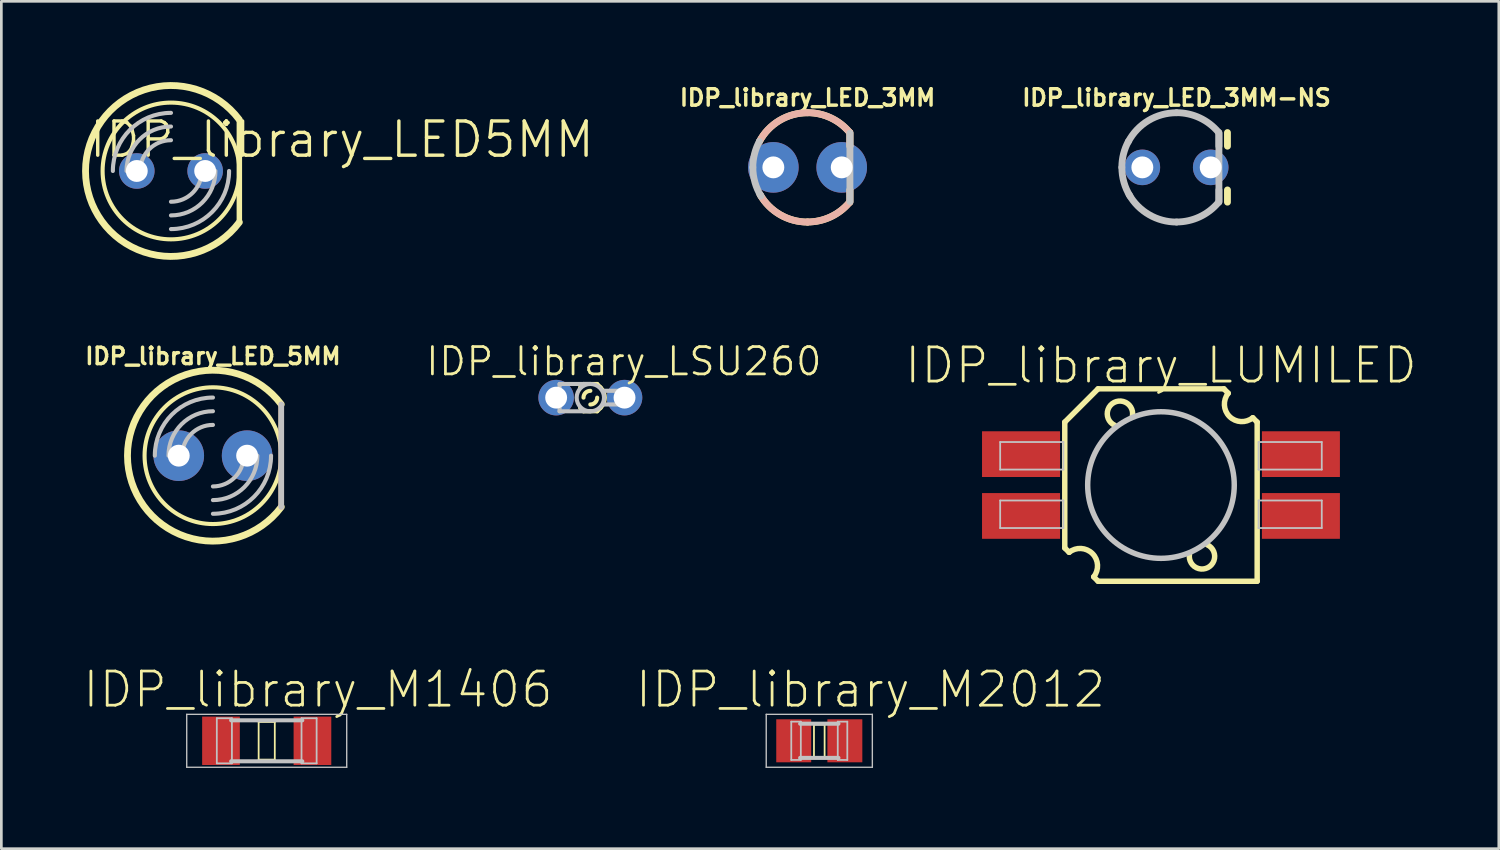
<source format=kicad_pcb>
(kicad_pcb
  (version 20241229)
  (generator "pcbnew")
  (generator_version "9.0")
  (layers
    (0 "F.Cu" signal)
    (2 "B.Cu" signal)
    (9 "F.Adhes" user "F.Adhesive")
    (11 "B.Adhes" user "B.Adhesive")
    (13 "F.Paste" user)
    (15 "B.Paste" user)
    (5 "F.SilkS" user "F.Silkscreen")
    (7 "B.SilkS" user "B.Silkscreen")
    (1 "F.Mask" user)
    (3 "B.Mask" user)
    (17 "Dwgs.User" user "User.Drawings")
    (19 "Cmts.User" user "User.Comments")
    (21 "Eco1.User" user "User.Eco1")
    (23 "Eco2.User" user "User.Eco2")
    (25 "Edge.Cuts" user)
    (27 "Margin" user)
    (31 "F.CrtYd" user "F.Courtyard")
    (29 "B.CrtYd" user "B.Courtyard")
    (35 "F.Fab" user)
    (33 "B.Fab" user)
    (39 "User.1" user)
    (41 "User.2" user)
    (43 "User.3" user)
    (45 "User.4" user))
  (footprint "IDP_library_LED_3MM-NS"
    (layer "F.Cu")
    (at 40.66 3.168)
    (property "Reference" "IDP_library_LED_3MM-NS" (at 0 -2.588 0) (layer "F.SilkS") (effects (font (size 0.61 0.61) (thickness 0.127))))
    (attr exclude_from_pos_files exclude_from_bom)
    (fp_line (start 1.892 -1.293) (end 1.892 -0.787) (stroke (width 0.254) (type solid)) (layer "F.SilkS"))
    (fp_line (start 1.892 1.293) (end 1.892 0.838) (stroke (width 0.254) (type solid)) (layer "F.SilkS"))
    (fp_line (start 1.575 -1.293) (end 1.575 -0.787) (stroke (width 0.254) (type solid)) (layer "Dwgs.User"))
    (fp_line (start 1.575 1.27) (end 1.575 -1.27) (stroke (width 0.254) (type solid)) (layer "Dwgs.User"))
    (fp_line (start 1.575 1.293) (end 1.575 0.838) (stroke (width 0.254) (type solid)) (layer "Dwgs.User"))
    (fp_arc (start -2.032 0) (mid -1.970347 -0.496745) (end -1.78913 -0.963347) (stroke (width 0.254) (type solid)) (layer "Dwgs.User"))
    (fp_arc (start -1.7907 -0.95504) (mid -1.044567 -1.739997) (end -0.000975 -2.02946) (stroke (width 0.254) (type solid)) (layer "Dwgs.User"))
    (fp_arc (start -1.72974 1.06426) (mid -1.954164 0.553076) (end -2.030923 0.0001) (stroke (width 0.254) (type solid)) (layer "Dwgs.User"))
    (fp_arc (start 0 -2.032) (mid 0.860367 -1.840867) (end 1.55888 -1.303426) (stroke (width 0.254) (type solid)) (layer "Dwgs.User"))
    (fp_arc (start 0 2.032) (mid -1.01907 1.757988) (end -1.763299 1.009851) (stroke (width 0.254) (type solid)) (layer "Dwgs.User"))
    (fp_arc (start 1.5494 1.31064) (mid 0.855154 1.840416) (end 0.002552 2.029387) (stroke (width 0.254) (type solid)) (layer "Dwgs.User"))
    (pad "A" thru_hole circle (at -1.27 0) (size 1.321 1.321) (drill 0.813) (layers "*.Cu" "*.Paste" "*.Mask"))
    (pad "K" thru_hole circle (at 1.27 0) (size 1.321 1.321) (drill 0.813) (layers "*.Cu" "*.Paste" "*.Mask")))
  (footprint "IDP_library_M1406"
    (layer "F.Cu")
    (at 6.859 24.472)
    (property "Reference" "IDP_library_M1406" (at 1.905 -1.905 0) (layer "F.SilkS") (effects (font (size 1.27 1.27) (thickness 0.102))))
    (attr smd)
    (fp_line (start -0.3 -0.699) (end 0.3 -0.699) (stroke (width 0.066) (type solid)) (layer "F.SilkS"))
    (fp_line (start -0.3 0.699) (end -0.3 -0.699) (stroke (width 0.066) (type solid)) (layer "F.SilkS"))
    (fp_line (start -0.3 0.699) (end 0.3 0.699) (stroke (width 0.066) (type solid)) (layer "F.SilkS"))
    (fp_line (start 0.3 0.699) (end 0.3 -0.699) (stroke (width 0.066) (type solid)) (layer "F.SilkS"))
    (fp_line (start -2.972 -0.983) (end 2.972 -0.983) (stroke (width 0.051) (type solid)) (layer "Dwgs.User"))
    (fp_line (start -2.972 0.983) (end -2.972 -0.983) (stroke (width 0.051) (type solid)) (layer "Dwgs.User"))
    (fp_line (start -1.854 -0.838) (end -1.293 -0.838) (stroke (width 0.066) (type solid)) (layer "Dwgs.User"))
    (fp_line (start -1.854 0.838) (end -1.854 -0.838) (stroke (width 0.066) (type solid)) (layer "Dwgs.User"))
    (fp_line (start -1.854 0.838) (end -1.293 0.838) (stroke (width 0.066) (type solid)) (layer "Dwgs.User"))
    (fp_line (start -1.293 0.838) (end -1.293 -0.838) (stroke (width 0.066) (type solid)) (layer "Dwgs.User"))
    (fp_line (start 1.293 -0.838) (end 1.854 -0.838) (stroke (width 0.066) (type solid)) (layer "Dwgs.User"))
    (fp_line (start 1.293 0.838) (end 1.293 -0.838) (stroke (width 0.066) (type solid)) (layer "Dwgs.User"))
    (fp_line (start 1.293 0.838) (end 1.854 0.838) (stroke (width 0.066) (type solid)) (layer "Dwgs.User"))
    (fp_line (start 1.321 -0.762) (end -1.321 -0.762) (stroke (width 0.152) (type solid)) (layer "Dwgs.User"))
    (fp_line (start 1.321 0.762) (end -1.321 0.762) (stroke (width 0.152) (type solid)) (layer "Dwgs.User"))
    (fp_line (start 1.854 0.838) (end 1.854 -0.838) (stroke (width 0.066) (type solid)) (layer "Dwgs.User"))
    (fp_line (start 2.972 -0.983) (end 2.972 0.983) (stroke (width 0.051) (type solid)) (layer "Dwgs.User"))
    (fp_line (start 2.972 0.983) (end -2.972 0.983) (stroke (width 0.051) (type solid)) (layer "Dwgs.User"))
    (pad "1" smd rect (at -1.699 0) (size 1.4 1.798) (layers "F.Cu" "F.Mask" "F.Paste"))
    (pad "2" smd rect (at 1.699 0) (size 1.4 1.798) (layers "F.Cu" "F.Mask" "F.Paste")))
  (footprint "IDP_library_M2012"
    (layer "F.Cu")
    (at 27.388 24.472)
    (property "Reference" "IDP_library_M2012" (at 1.905 -1.905 0) (layer "F.SilkS") (effects (font (size 1.27 1.27) (thickness 0.102))))
    (attr smd)
    (fp_line (start -0.198 -0.599) (end 0.198 -0.599) (stroke (width 0.066) (type solid)) (layer "F.SilkS"))
    (fp_line (start -0.198 0.599) (end -0.198 -0.599) (stroke (width 0.066) (type solid)) (layer "F.SilkS"))
    (fp_line (start -0.198 0.599) (end 0.198 0.599) (stroke (width 0.066) (type solid)) (layer "F.SilkS"))
    (fp_line (start 0.198 0.599) (end 0.198 -0.599) (stroke (width 0.066) (type solid)) (layer "F.SilkS"))
    (fp_line (start -1.971 -0.983) (end 1.971 -0.983) (stroke (width 0.051) (type solid)) (layer "Dwgs.User"))
    (fp_line (start -1.971 0.983) (end -1.971 -0.983) (stroke (width 0.051) (type solid)) (layer "Dwgs.User"))
    (fp_line (start -1.041 -0.711) (end -0.686 -0.711) (stroke (width 0.066) (type solid)) (layer "Dwgs.User"))
    (fp_line (start -1.041 0.711) (end -1.041 -0.711) (stroke (width 0.066) (type solid)) (layer "Dwgs.User"))
    (fp_line (start -1.041 0.711) (end -0.686 0.711) (stroke (width 0.066) (type solid)) (layer "Dwgs.User"))
    (fp_line (start -0.686 0.711) (end -0.686 -0.711) (stroke (width 0.066) (type solid)) (layer "Dwgs.User"))
    (fp_line (start 0.686 -0.711) (end 1.041 -0.711) (stroke (width 0.066) (type solid)) (layer "Dwgs.User"))
    (fp_line (start 0.686 0.711) (end 0.686 -0.711) (stroke (width 0.066) (type solid)) (layer "Dwgs.User"))
    (fp_line (start 0.686 0.711) (end 1.041 0.711) (stroke (width 0.066) (type solid)) (layer "Dwgs.User"))
    (fp_line (start 0.711 -0.635) (end -0.711 -0.635) (stroke (width 0.152) (type solid)) (layer "Dwgs.User"))
    (fp_line (start 0.711 0.635) (end -0.711 0.635) (stroke (width 0.152) (type solid)) (layer "Dwgs.User"))
    (fp_line (start 1.041 0.711) (end 1.041 -0.711) (stroke (width 0.066) (type solid)) (layer "Dwgs.User"))
    (fp_line (start 1.971 -0.983) (end 1.971 0.983) (stroke (width 0.051) (type solid)) (layer "Dwgs.User"))
    (fp_line (start 1.971 0.983) (end -1.971 0.983) (stroke (width 0.051) (type solid)) (layer "Dwgs.User"))
    (pad "1" smd rect (at -0.95 0) (size 1.298 1.598) (layers "F.Cu" "F.Mask" "F.Paste"))
    (pad "2" smd rect (at 0.95 0) (size 1.298 1.598) (layers "F.Cu" "F.Mask" "F.Paste")))
  (footprint "IDP_library_LUMILED"
    (layer "F.Cu")
    (at 40.082 14.97)
    (property "Reference" "IDP_library_LUMILED" (at 0 -4.445 0) (layer "F.SilkS") (effects (font (size 1.27 1.27) (thickness 0.102))))
    (attr smd)
    (fp_poly (pts (xy 2.337 -1.349) (xy 0 -2.697) (xy -2.337 -1.349) (xy -2.337 1.349) (xy 0 2.697) (xy 2.337 1.349) (xy 2.337 -1.349)) (stroke (width 0.406) (type solid)) (fill yes) (layer "F.Mask"))
    (fp_line (start -3.574 -2.337) (end -2.337 -3.574) (stroke (width 0.203) (type solid)) (layer "F.SilkS"))
    (fp_line (start -3.574 2.337) (end -3.574 -2.337) (stroke (width 0.203) (type solid)) (layer "F.SilkS"))
    (fp_line (start -3.411 2.499) (end -3.574 2.337) (stroke (width 0.203) (type solid)) (layer "F.SilkS"))
    (fp_line (start -2.337 -3.574) (end 2.337 -3.574) (stroke (width 0.203) (type solid)) (layer "F.SilkS"))
    (fp_line (start -2.337 3.574) (end -2.499 3.411) (stroke (width 0.203) (type solid)) (layer "F.SilkS"))
    (fp_line (start 2.337 -3.574) (end 2.499 -3.411) (stroke (width 0.203) (type solid)) (layer "F.SilkS"))
    (fp_line (start 3.411 -2.499) (end 3.574 -2.337) (stroke (width 0.203) (type solid)) (layer "F.SilkS"))
    (fp_line (start 3.574 -2.337) (end 3.574 3.574) (stroke (width 0.203) (type solid)) (layer "F.SilkS"))
    (fp_line (start 3.574 3.574) (end -2.337 3.574) (stroke (width 0.203) (type solid)) (layer "F.SilkS"))
    (fp_arc (start -3.41122 2.49936) (mid -2.547009 2.545408) (end -2.497945 3.409453) (stroke (width 0.2032) (type solid)) (layer "F.SilkS"))
    (fp_arc (start -1.72466 -2.2225) (mid -1.738922 -3.068938) (end -1.060479 -2.562603) (stroke (width 0.2032) (type solid)) (layer "F.SilkS"))
    (fp_arc (start 1.72466 2.2225) (mid 1.738922 3.068938) (end 1.060479 2.562603) (stroke (width 0.2032) (type solid)) (layer "F.SilkS"))
    (fp_arc (start 3.41122 -2.49936) (mid 2.547009 -2.545408) (end 2.497945 -3.409453) (stroke (width 0.2032) (type solid)) (layer "F.SilkS"))
    (fp_poly (pts (xy 2.337 -1.349) (xy 0 -2.697) (xy -2.337 -1.349) (xy -2.337 1.349) (xy 0 2.697) (xy 2.337 1.349) (xy 2.337 -1.349)) (stroke (width 0.406) (type solid)) (fill yes) (layer "F.Paste"))
    (fp_line (start -5.974 -1.598) (end -3.625 -1.598) (stroke (width 0.066) (type solid)) (layer "Dwgs.User"))
    (fp_line (start -5.974 -0.574) (end -5.974 -1.598) (stroke (width 0.066) (type solid)) (layer "Dwgs.User"))
    (fp_line (start -5.974 -0.574) (end -3.625 -0.574) (stroke (width 0.066) (type solid)) (layer "Dwgs.User"))
    (fp_line (start -5.974 0.574) (end -3.625 0.574) (stroke (width 0.066) (type solid)) (layer "Dwgs.User"))
    (fp_line (start -5.974 1.598) (end -5.974 0.574) (stroke (width 0.066) (type solid)) (layer "Dwgs.User"))
    (fp_line (start -5.974 1.598) (end -3.625 1.598) (stroke (width 0.066) (type solid)) (layer "Dwgs.User"))
    (fp_line (start -3.625 -0.574) (end -3.625 -1.598) (stroke (width 0.066) (type solid)) (layer "Dwgs.User"))
    (fp_line (start -3.625 1.598) (end -3.625 0.574) (stroke (width 0.066) (type solid)) (layer "Dwgs.User"))
    (fp_line (start 3.625 -1.598) (end 3.625 -0.574) (stroke (width 0.066) (type solid)) (layer "Dwgs.User"))
    (fp_line (start 3.625 0.574) (end 3.625 1.598) (stroke (width 0.066) (type solid)) (layer "Dwgs.User"))
    (fp_line (start 5.974 -1.598) (end 3.625 -1.598) (stroke (width 0.066) (type solid)) (layer "Dwgs.User"))
    (fp_line (start 5.974 -1.598) (end 5.974 -0.574) (stroke (width 0.066) (type solid)) (layer "Dwgs.User"))
    (fp_line (start 5.974 -0.574) (end 3.625 -0.574) (stroke (width 0.066) (type solid)) (layer "Dwgs.User"))
    (fp_line (start 5.974 0.574) (end 3.625 0.574) (stroke (width 0.066) (type solid)) (layer "Dwgs.User"))
    (fp_line (start 5.974 0.574) (end 5.974 1.598) (stroke (width 0.066) (type solid)) (layer "Dwgs.User"))
    (fp_line (start 5.974 1.598) (end 3.625 1.598) (stroke (width 0.066) (type solid)) (layer "Dwgs.User"))
    (fp_circle (center 0 0) (end 0 -2.723) (stroke (width 0.203) (type solid)) (fill no) (layer "Dwgs.User"))
    (pad "1NC" smd rect (at -5.199 -1.148) (size 2.898 1.699) (layers "F.Cu" "F.Mask" "F.Paste"))
    (pad "2+" smd rect (at -5.199 1.148) (size 2.898 1.699) (layers "F.Cu" "F.Mask" "F.Paste"))
    (pad "3NC" smd rect (at 5.199 1.148 180) (size 2.898 1.699) (layers "F.Cu" "F.Mask" "F.Paste"))
    (pad "4-" smd rect (at 5.199 -1.148 180) (size 2.898 1.699) (layers "F.Cu" "F.Mask" "F.Paste")))
  (footprint "IDP_library_LED_3MM"
    (layer "F.Cu")
    (at 26.951 3.168)
    (property "Reference" "IDP_library_LED_3MM" (at 0 -2.588 0) (layer "F.SilkS") (effects (font (size 0.61 0.61) (thickness 0.127))))
    (attr exclude_from_pos_files exclude_from_bom)
    (fp_line (start 1.575 -1.293) (end 1.575 -0.787) (stroke (width 0.254) (type solid)) (layer "F.SilkS"))
    (fp_line (start 1.575 1.293) (end 1.575 0.838) (stroke (width 0.254) (type solid)) (layer "F.SilkS"))
    (fp_arc (start -1.7907 -0.95504) (mid -1.044567 -1.739997) (end -0.000975 -2.02946) (stroke (width 0.254) (type solid)) (layer "F.SilkS"))
    (fp_arc (start 0 -2.032) (mid 0.860367 -1.840867) (end 1.55888 -1.303426) (stroke (width 0.254) (type solid)) (layer "F.SilkS"))
    (fp_arc (start 0 2.032) (mid -1.01907 1.757988) (end -1.763299 1.009851) (stroke (width 0.254) (type solid)) (layer "F.SilkS"))
    (fp_arc (start 1.5494 1.31064) (mid 0.855154 1.840416) (end 0.002552 2.029387) (stroke (width 0.254) (type solid)) (layer "F.SilkS"))
    (fp_line (start 1.575 -1.293) (end 1.575 -0.787) (stroke (width 0.254) (type solid)) (layer "B.SilkS"))
    (fp_line (start 1.575 1.293) (end 1.575 0.838) (stroke (width 0.254) (type solid)) (layer "B.SilkS"))
    (fp_arc (start -1.7907 -0.95504) (mid -1.044567 -1.739997) (end -0.000975 -2.02946) (stroke (width 0.254) (type solid)) (layer "B.SilkS"))
    (fp_arc (start 0 -2.032) (mid 0.860367 -1.840867) (end 1.55888 -1.303426) (stroke (width 0.254) (type solid)) (layer "B.SilkS"))
    (fp_arc (start 0 2.032) (mid -1.01907 1.757988) (end -1.763299 1.009851) (stroke (width 0.254) (type solid)) (layer "B.SilkS"))
    (fp_arc (start 1.5494 1.31064) (mid 0.855154 1.840416) (end 0.002552 2.029387) (stroke (width 0.254) (type solid)) (layer "B.SilkS"))
    (fp_line (start 1.575 1.27) (end 1.575 -1.27) (stroke (width 0.254) (type solid)) (layer "Dwgs.User"))
    (fp_arc (start -2.032 0) (mid -1.970347 -0.496745) (end -1.78913 -0.963347) (stroke (width 0.254) (type solid)) (layer "Dwgs.User"))
    (fp_arc (start -1.72974 1.06426) (mid -1.954164 0.553076) (end -2.030923 0.0001) (stroke (width 0.254) (type solid)) (layer "Dwgs.User"))
    (pad "A" thru_hole circle (at -1.27 0) (size 1.88 1.88) (drill 0.813) (layers "*.Cu" "*.Paste" "*.Mask"))
    (pad "K" thru_hole circle (at 1.27 0) (size 1.88 1.88) (drill 0.813) (layers "*.Cu" "*.Paste" "*.Mask")))
  (footprint "IDP_library_LED5MM"
    (layer "F.Cu")
    (at 3.302 3.302)
    (property "Reference" "IDP_library_LED5MM" (at 6.35 -1.168 0) (layer "F.SilkS") (effects (font (size 1.27 1.27) (thickness 0.127))))
    (attr exclude_from_pos_files exclude_from_bom)
    (fp_line (start 2.54 1.905) (end 2.54 -1.905) (stroke (width 0.203) (type solid)) (layer "F.SilkS"))
    (fp_arc (start 2.54 1.905) (mid -3.175 0.001668) (end 2.537997 -1.907668) (stroke (width 0.254) (type solid)) (layer "F.SilkS"))
    (fp_circle (center 0 0) (end 0 -2.54) (stroke (width 0.152) (type solid)) (fill no) (layer "F.SilkS"))
    (fp_arc (start -2.159 0) (mid -1.526644 -1.526644) (end 0 -2.159) (stroke (width 0.1524) (type solid)) (layer "Dwgs.User"))
    (fp_arc (start -1.651 0) (mid -1.167433 -1.167433) (end 0 -1.651) (stroke (width 0.1524) (type solid)) (layer "Dwgs.User"))
    (fp_arc (start -1.143 0) (mid -0.808223 -0.808223) (end 0 -1.143) (stroke (width 0.1524) (type solid)) (layer "Dwgs.User"))
    (fp_arc (start 1.143 0) (mid 0.808223 0.808223) (end 0 1.143) (stroke (width 0.1524) (type solid)) (layer "Dwgs.User"))
    (fp_arc (start 1.651 0) (mid 1.167433 1.167433) (end 0 1.651) (stroke (width 0.1524) (type solid)) (layer "Dwgs.User"))
    (fp_arc (start 2.159 0) (mid 1.526644 1.526644) (end 0 2.159) (stroke (width 0.1524) (type solid)) (layer "Dwgs.User"))
    (pad "A" thru_hole circle (at -1.27 0) (size 1.321 1.321) (drill 0.813) (layers "*.Cu" "*.Paste" "*.Mask"))
    (pad "K" thru_hole circle (at 1.27 0) (size 1.321 1.321) (drill 0.813) (layers "*.Cu" "*.Paste" "*.Mask")))
  (footprint "IDP_library_LED_5MM"
    (layer "F.Cu")
    (at 4.861 13.879)
    (property "Reference" "IDP_library_LED_5MM" (at 0 -3.696 0) (layer "F.SilkS") (effects (font (size 0.61 0.61) (thickness 0.127))))
    (attr exclude_from_pos_files exclude_from_bom)
    (fp_line (start 2.54 1.905) (end 2.54 -1.905) (stroke (width 0.203) (type solid)) (layer "F.SilkS"))
    (fp_arc (start 2.54 1.905) (mid -3.175 0.001668) (end 2.537997 -1.907668) (stroke (width 0.254) (type solid)) (layer "F.SilkS"))
    (fp_circle (center 0 0) (end 0 -2.54) (stroke (width 0.152) (type solid)) (fill no) (layer "F.SilkS"))
    (fp_line (start 2.54 1.905) (end 2.54 -1.905) (stroke (width 0.203) (type solid)) (layer "B.SilkS"))
    (fp_line (start 2.54 1.905) (end 2.54 -1.905) (stroke (width 0.203) (type solid)) (layer "Dwgs.User"))
    (fp_arc (start -2.159 0) (mid -1.526644 -1.526644) (end 0 -2.159) (stroke (width 0.1524) (type solid)) (layer "Dwgs.User"))
    (fp_arc (start -1.651 0) (mid -1.167433 -1.167433) (end 0 -1.651) (stroke (width 0.1524) (type solid)) (layer "Dwgs.User"))
    (fp_arc (start -1.143 0) (mid -0.808223 -0.808223) (end 0 -1.143) (stroke (width 0.1524) (type solid)) (layer "Dwgs.User"))
    (fp_arc (start 1.143 0) (mid 0.808223 0.808223) (end 0 1.143) (stroke (width 0.1524) (type solid)) (layer "Dwgs.User"))
    (fp_arc (start 1.651 0) (mid 1.167433 1.167433) (end 0 1.651) (stroke (width 0.1524) (type solid)) (layer "Dwgs.User"))
    (fp_arc (start 2.159 0) (mid 1.526644 1.526644) (end 0 2.159) (stroke (width 0.1524) (type solid)) (layer "Dwgs.User"))
    (pad "A" thru_hole circle (at -1.27 0) (size 1.88 1.88) (drill 0.813) (layers "*.Cu" "*.Paste" "*.Mask"))
    (pad "K" thru_hole circle (at 1.27 0) (size 1.88 1.88) (drill 0.813) (layers "*.Cu" "*.Paste" "*.Mask")))
  (footprint "IDP_library_LSU260"
    (layer "F.Cu")
    (at 18.882 11.723)
    (property "Reference" "IDP_library_LSU260" (at 1.245 -1.346 0) (layer "F.SilkS") (effects (font (size 1.016 1.016) (thickness 0.102))))
    (attr exclude_from_pos_files exclude_from_bom)
    (fp_line (start -0.381 -0.381) (end -0.254 -0.508) (stroke (width 0.152) (type solid)) (layer "F.SilkS"))
    (fp_line (start -0.381 0.381) (end -0.254 0.508) (stroke (width 0.152) (type solid)) (layer "F.SilkS"))
    (fp_line (start 0.254 -0.508) (end -0.254 -0.508) (stroke (width 0.152) (type solid)) (layer "F.SilkS"))
    (fp_line (start 0.254 0.508) (end -0.254 0.508) (stroke (width 0.152) (type solid)) (layer "F.SilkS"))
    (fp_line (start 0.381 -0.381) (end 0.254 -0.508) (stroke (width 0.152) (type solid)) (layer "F.SilkS"))
    (fp_line (start 0.381 0.381) (end 0.254 0.508) (stroke (width 0.152) (type solid)) (layer "F.SilkS"))
    (fp_arc (start -0.254 0) (mid -0.179605 -0.179605) (end 0 -0.254) (stroke (width 0.1524) (type solid)) (layer "F.SilkS"))
    (fp_arc (start 0.254 0) (mid 0.179605 0.179605) (end 0 0.254) (stroke (width 0.1524) (type solid)) (layer "F.SilkS"))
    (fp_arc (start 0.381 -0.381) (mid 0.538815 0) (end 0.381 0.381) (stroke (width 0.1524) (type solid)) (layer "F.SilkS"))
    (fp_line (start -1.397 -0.254) (end -1.143 -0.254) (stroke (width 0.066) (type solid)) (layer "Dwgs.User"))
    (fp_line (start -1.397 -0.254) (end -1.143 -0.254) (stroke (width 0.152) (type solid)) (layer "Dwgs.User"))
    (fp_line (start -1.397 0.254) (end -1.397 -0.254) (stroke (width 0.066) (type solid)) (layer "Dwgs.User"))
    (fp_line (start -1.397 0.254) (end -1.397 -0.254) (stroke (width 0.152) (type solid)) (layer "Dwgs.User"))
    (fp_line (start -1.397 0.254) (end -1.143 0.254) (stroke (width 0.066) (type solid)) (layer "Dwgs.User"))
    (fp_line (start -1.143 -0.508) (end 0 -0.508) (stroke (width 0.152) (type solid)) (layer "Dwgs.User"))
    (fp_line (start -1.143 -0.254) (end -1.143 -0.508) (stroke (width 0.152) (type solid)) (layer "Dwgs.User"))
    (fp_line (start -1.143 0.254) (end -1.397 0.254) (stroke (width 0.152) (type solid)) (layer "Dwgs.User"))
    (fp_line (start -1.143 0.254) (end -1.143 -0.254) (stroke (width 0.066) (type solid)) (layer "Dwgs.User"))
    (fp_line (start -1.143 0.254) (end -1.143 -0.254) (stroke (width 0.152) (type solid)) (layer "Dwgs.User"))
    (fp_line (start -1.143 0.508) (end -1.143 0.254) (stroke (width 0.152) (type solid)) (layer "Dwgs.User"))
    (fp_line (start 0 0.508) (end -1.143 0.508) (stroke (width 0.152) (type solid)) (layer "Dwgs.User"))
    (fp_line (start 0.508 -0.254) (end 1.397 -0.254) (stroke (width 0.066) (type solid)) (layer "Dwgs.User"))
    (fp_line (start 0.508 0.254) (end 0.508 -0.254) (stroke (width 0.066) (type solid)) (layer "Dwgs.User"))
    (fp_line (start 0.508 0.254) (end 1.397 0.254) (stroke (width 0.066) (type solid)) (layer "Dwgs.User"))
    (fp_line (start 0.508 0.254) (end 1.397 0.254) (stroke (width 0.152) (type solid)) (layer "Dwgs.User"))
    (fp_line (start 1.397 -0.254) (end 0.508 -0.254) (stroke (width 0.152) (type solid)) (layer "Dwgs.User"))
    (fp_line (start 1.397 0.254) (end 1.397 -0.254) (stroke (width 0.066) (type solid)) (layer "Dwgs.User"))
    (fp_line (start 1.397 0.254) (end 1.397 -0.254) (stroke (width 0.152) (type solid)) (layer "Dwgs.User"))
    (fp_circle (center 0 0) (end 0 -0.508) (stroke (width 0.152) (type solid)) (fill no) (layer "Dwgs.User"))
    (pad "A" thru_hole circle (at -1.27 0) (size 1.321 1.321) (drill 0.813) (layers "*.Cu" "*.Paste" "*.Mask"))
    (pad "K" thru_hole circle (at 1.27 0) (size 1.321 1.321) (drill 0.813) (layers "*.Cu" "*.Paste" "*.Mask")))
  (gr_rect
    (start -3 -3)
    (end 52.633 28.48)
    (stroke (width 0.1) (type default))
    (fill no)
    (layer "Edge.Cuts")))
</source>
